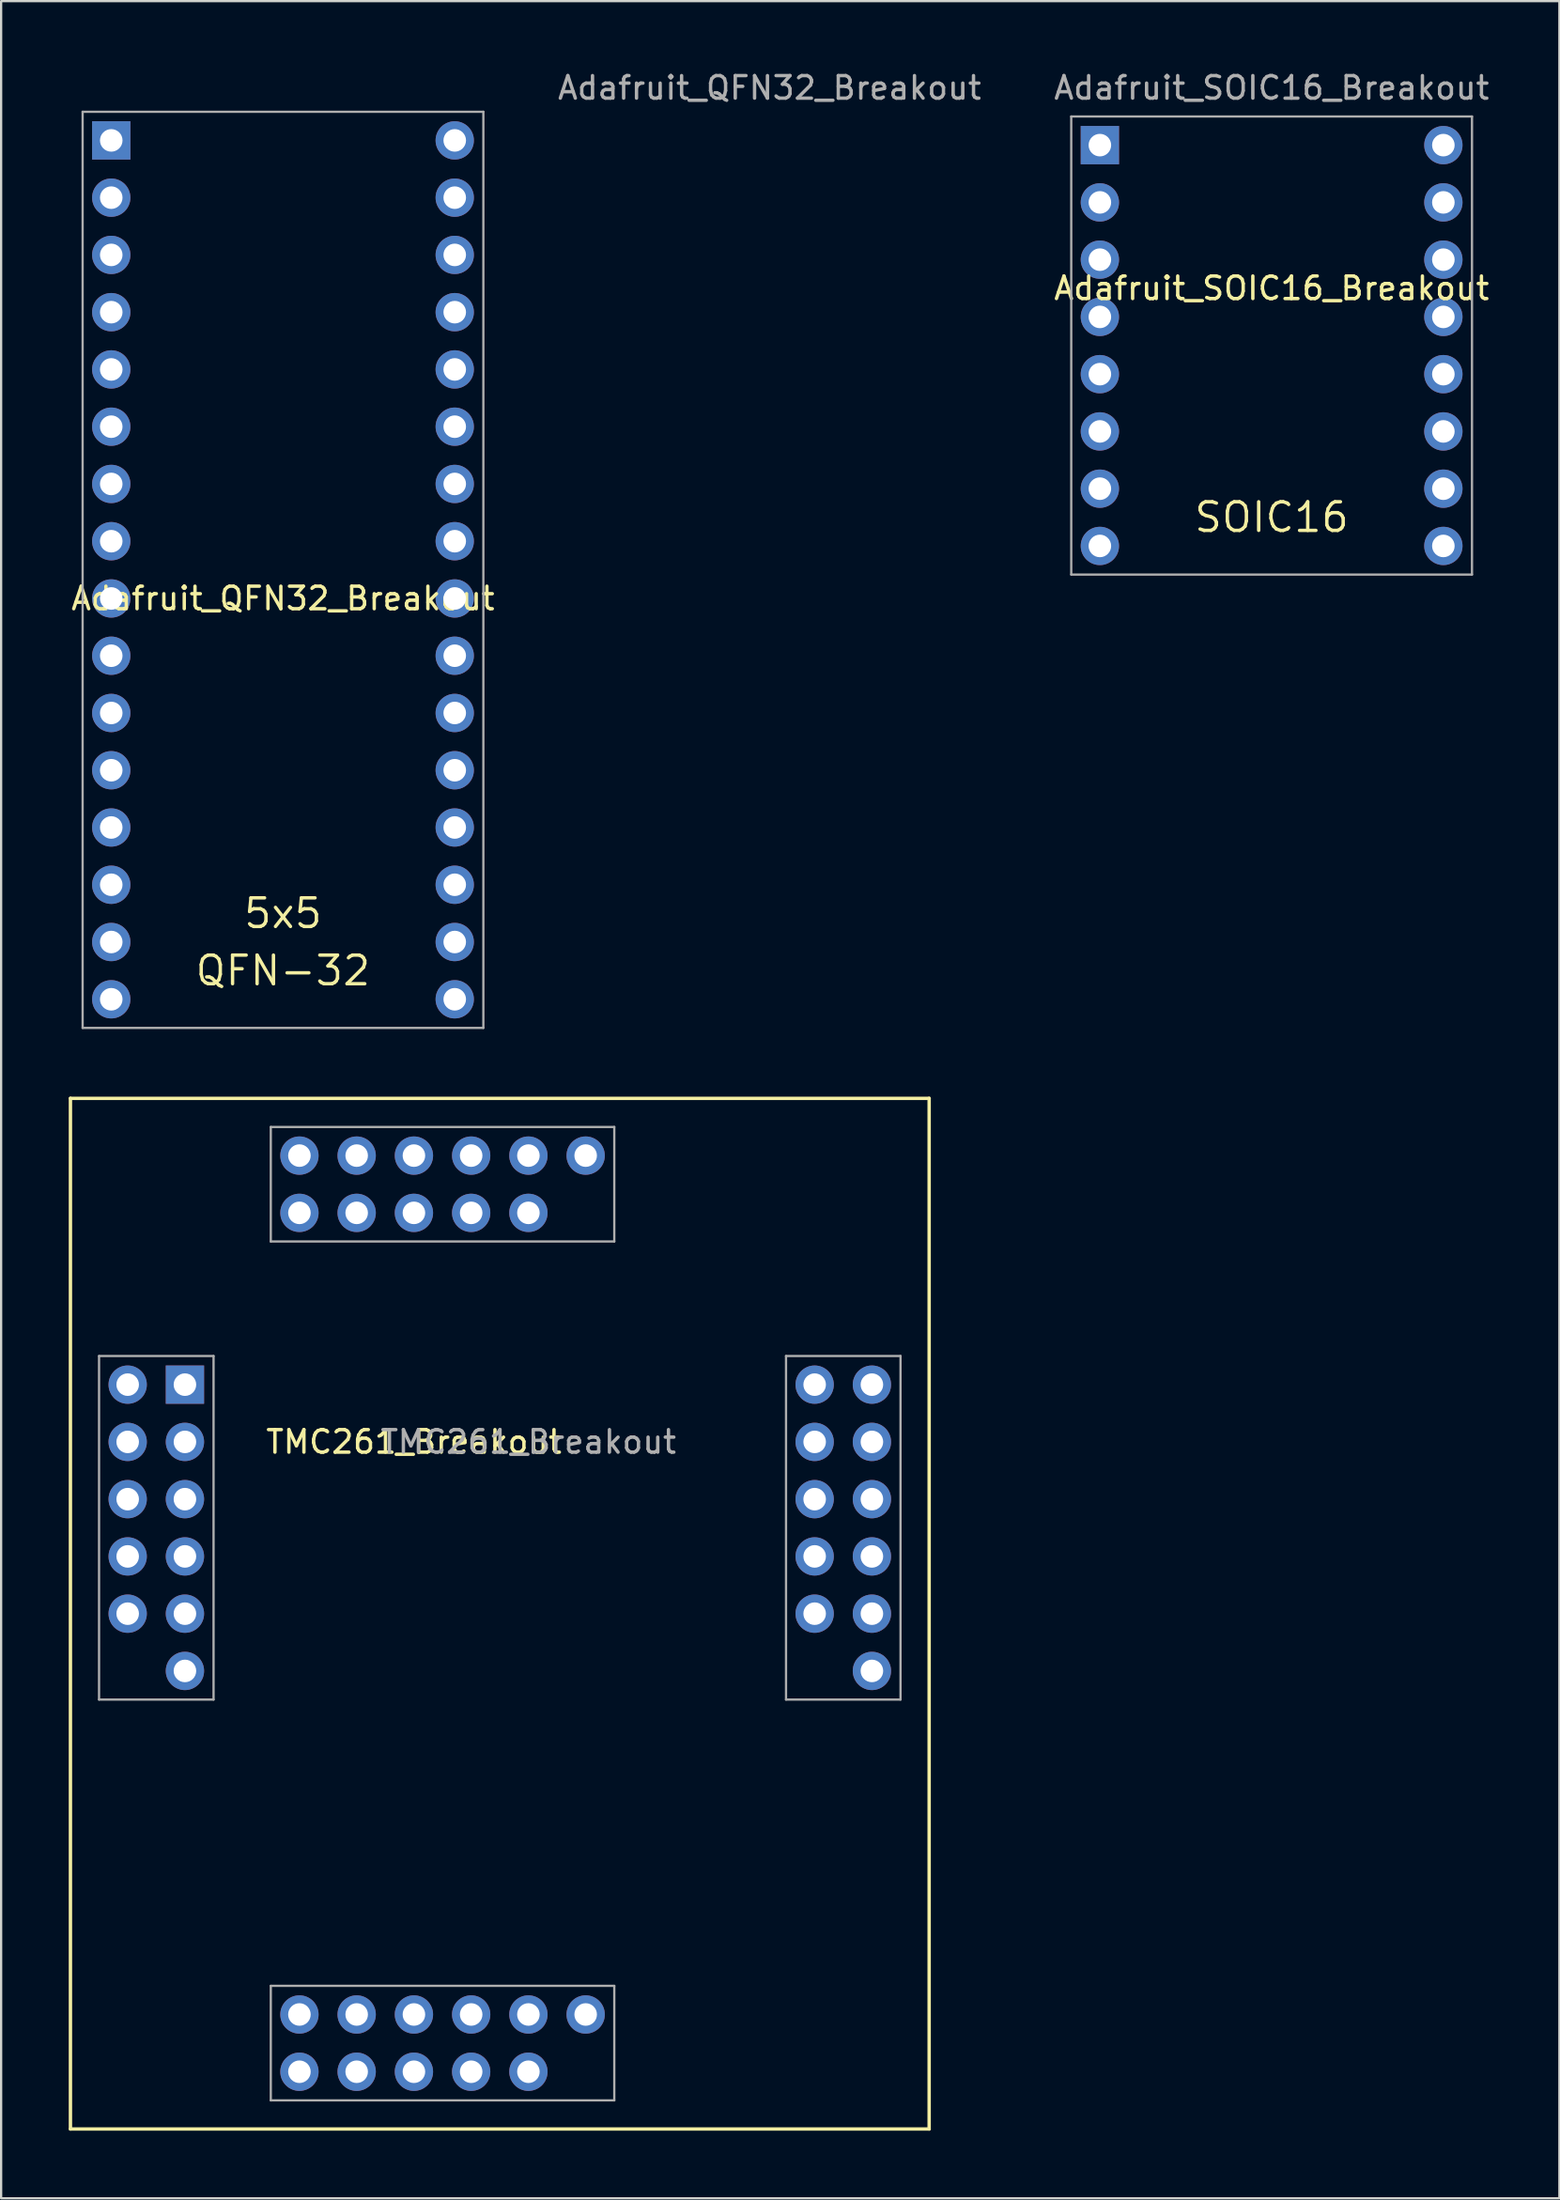
<source format=kicad_pcb>
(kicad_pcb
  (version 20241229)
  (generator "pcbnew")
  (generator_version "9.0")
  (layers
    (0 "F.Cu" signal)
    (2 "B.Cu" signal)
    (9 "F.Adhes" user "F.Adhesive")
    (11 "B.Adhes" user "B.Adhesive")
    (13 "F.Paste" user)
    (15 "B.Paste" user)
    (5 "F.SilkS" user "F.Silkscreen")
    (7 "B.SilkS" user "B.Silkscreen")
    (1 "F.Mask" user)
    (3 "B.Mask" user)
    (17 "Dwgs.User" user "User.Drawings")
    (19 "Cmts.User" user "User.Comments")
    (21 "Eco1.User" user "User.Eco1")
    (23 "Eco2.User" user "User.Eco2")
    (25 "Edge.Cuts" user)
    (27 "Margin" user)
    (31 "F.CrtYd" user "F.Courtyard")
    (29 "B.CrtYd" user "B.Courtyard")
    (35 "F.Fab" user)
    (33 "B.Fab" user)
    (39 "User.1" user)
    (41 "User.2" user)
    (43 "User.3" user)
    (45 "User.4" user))
  (footprint "Adafruit_QFN32_Breakout"
    (layer "F.Cu")
    (at 9.506 23.498)
    (property "Reference" "Adafruit_QFN32_Breakout" (at 0 0 0) (layer "F.SilkS") (effects (font (size 1 1) (thickness 0.15))))
    (attr through_hole)
    (fp_line (start -8.89 -21.59) (end 8.89 -21.59) (stroke (width 0.1) (type solid)) (layer "F.Fab"))
    (fp_line (start -8.89 19.05) (end -8.89 -21.59) (stroke (width 0.1) (type solid)) (layer "F.Fab"))
    (fp_line (start 8.89 -21.59) (end 8.89 19.05) (stroke (width 0.1) (type solid)) (layer "F.Fab"))
    (fp_line (start 8.89 19.05) (end -8.89 19.05) (stroke (width 0.1) (type solid)) (layer "F.Fab"))
    (fp_text user "QFN-32" (at 0 16.51 0) (layer "F.SilkS") (effects (font (size 1.27 1.27) (thickness 0.15))))
    (fp_text user "5x5" (at 0 13.97 0) (layer "F.SilkS") (effects (font (size 1.27 1.27) (thickness 0.15))))
    (fp_text user "${REFERENCE}" (at 21.59 -22.65 0) (layer "F.Fab") (effects (font (size 1 1) (thickness 0.15))))
    (pad "1" thru_hole rect (at -7.62 -20.32) (size 1.7 1.7) (drill 1) (layers "*.Cu" "*.Mask"))
    (pad "2" thru_hole oval (at -7.62 -17.78) (size 1.7 1.7) (drill 1) (layers "*.Cu" "*.Mask"))
    (pad "3" thru_hole oval (at -7.62 -15.24) (size 1.7 1.7) (drill 1) (layers "*.Cu" "*.Mask"))
    (pad "4" thru_hole oval (at -7.62 -12.7) (size 1.7 1.7) (drill 1) (layers "*.Cu" "*.Mask"))
    (pad "5" thru_hole oval (at -7.62 -10.16) (size 1.7 1.7) (drill 1) (layers "*.Cu" "*.Mask"))
    (pad "6" thru_hole oval (at -7.62 -7.62) (size 1.7 1.7) (drill 1) (layers "*.Cu" "*.Mask"))
    (pad "7" thru_hole oval (at -7.62 -5.08) (size 1.7 1.7) (drill 1) (layers "*.Cu" "*.Mask"))
    (pad "8" thru_hole oval (at -7.62 -2.54) (size 1.7 1.7) (drill 1) (layers "*.Cu" "*.Mask"))
    (pad "9" thru_hole oval (at -7.62 0) (size 1.7 1.7) (drill 1) (layers "*.Cu" "*.Mask"))
    (pad "10" thru_hole oval (at -7.62 2.54) (size 1.7 1.7) (drill 1) (layers "*.Cu" "*.Mask"))
    (pad "11" thru_hole oval (at -7.62 5.08) (size 1.7 1.7) (drill 1) (layers "*.Cu" "*.Mask"))
    (pad "12" thru_hole oval (at -7.62 7.62) (size 1.7 1.7) (drill 1) (layers "*.Cu" "*.Mask"))
    (pad "13" thru_hole oval (at -7.62 10.16) (size 1.7 1.7) (drill 1) (layers "*.Cu" "*.Mask"))
    (pad "14" thru_hole oval (at -7.62 12.7) (size 1.7 1.7) (drill 1) (layers "*.Cu" "*.Mask"))
    (pad "15" thru_hole oval (at -7.62 15.24) (size 1.7 1.7) (drill 1) (layers "*.Cu" "*.Mask"))
    (pad "16" thru_hole oval (at -7.62 17.78) (size 1.7 1.7) (drill 1) (layers "*.Cu" "*.Mask"))
    (pad "17" thru_hole oval (at 7.62 17.78) (size 1.7 1.7) (drill 1) (layers "*.Cu" "*.Mask"))
    (pad "18" thru_hole oval (at 7.62 15.24) (size 1.7 1.7) (drill 1) (layers "*.Cu" "*.Mask"))
    (pad "19" thru_hole oval (at 7.62 12.7) (size 1.7 1.7) (drill 1) (layers "*.Cu" "*.Mask"))
    (pad "20" thru_hole oval (at 7.62 10.16) (size 1.7 1.7) (drill 1) (layers "*.Cu" "*.Mask"))
    (pad "21" thru_hole oval (at 7.62 7.62) (size 1.7 1.7) (drill 1) (layers "*.Cu" "*.Mask"))
    (pad "22" thru_hole oval (at 7.62 5.08) (size 1.7 1.7) (drill 1) (layers "*.Cu" "*.Mask"))
    (pad "23" thru_hole oval (at 7.62 2.54) (size 1.7 1.7) (drill 1) (layers "*.Cu" "*.Mask"))
    (pad "24" thru_hole oval (at 7.62 0) (size 1.7 1.7) (drill 1) (layers "*.Cu" "*.Mask"))
    (pad "25" thru_hole oval (at 7.62 -2.54) (size 1.7 1.7) (drill 1) (layers "*.Cu" "*.Mask"))
    (pad "26" thru_hole oval (at 7.62 -5.08) (size 1.7 1.7) (drill 1) (layers "*.Cu" "*.Mask"))
    (pad "27" thru_hole oval (at 7.62 -7.62) (size 1.7 1.7) (drill 1) (layers "*.Cu" "*.Mask"))
    (pad "28" thru_hole oval (at 7.62 -10.16) (size 1.7 1.7) (drill 1) (layers "*.Cu" "*.Mask"))
    (pad "29" thru_hole oval (at 7.62 -12.7) (size 1.7 1.7) (drill 1) (layers "*.Cu" "*.Mask"))
    (pad "30" thru_hole oval (at 7.62 -15.24) (size 1.7 1.7) (drill 1) (layers "*.Cu" "*.Mask"))
    (pad "31" thru_hole oval (at 7.62 -17.78) (size 1.7 1.7) (drill 1) (layers "*.Cu" "*.Mask"))
    (pad "32" thru_hole oval (at 7.62 -20.32) (size 1.7 1.7) (drill 1) (layers "*.Cu" "*.Mask")))
  (footprint "Adafruit_SOIC16_Breakout"
    (layer "F.Cu")
    (at 53.37 23.708)
    (property "Reference" "Adafruit_SOIC16_Breakout" (at 0 -13.97 0) (layer "F.SilkS") (effects (font (size 1 1) (thickness 0.15))))
    (attr through_hole)
    (fp_line (start -8.89 -21.59) (end 8.89 -21.59) (stroke (width 0.1) (type solid)) (layer "F.Fab"))
    (fp_line (start -8.89 -1.27) (end -8.89 -21.59) (stroke (width 0.1) (type solid)) (layer "F.Fab"))
    (fp_line (start 8.89 -21.59) (end 8.89 -1.27) (stroke (width 0.1) (type solid)) (layer "F.Fab"))
    (fp_line (start 8.89 -1.27) (end -8.89 -1.27) (stroke (width 0.1) (type solid)) (layer "F.Fab"))
    (fp_text user "SOIC16" (at 0 -3.81 0) (layer "F.SilkS") (effects (font (size 1.27 1.27) (thickness 0.15))))
    (fp_text user "${REFERENCE}" (at 0 -22.86 0) (layer "F.Fab") (effects (font (size 1 1) (thickness 0.15))))
    (pad "1" thru_hole rect (at -7.62 -20.32) (size 1.7 1.7) (drill 1) (layers "*.Cu" "*.Mask"))
    (pad "2" thru_hole oval (at -7.62 -17.78) (size 1.7 1.7) (drill 1) (layers "*.Cu" "*.Mask"))
    (pad "3" thru_hole oval (at -7.62 -15.24) (size 1.7 1.7) (drill 1) (layers "*.Cu" "*.Mask"))
    (pad "4" thru_hole oval (at -7.62 -12.7) (size 1.7 1.7) (drill 1) (layers "*.Cu" "*.Mask"))
    (pad "5" thru_hole oval (at -7.62 -10.16) (size 1.7 1.7) (drill 1) (layers "*.Cu" "*.Mask"))
    (pad "6" thru_hole oval (at -7.62 -7.62) (size 1.7 1.7) (drill 1) (layers "*.Cu" "*.Mask"))
    (pad "7" thru_hole oval (at -7.62 -5.08) (size 1.7 1.7) (drill 1) (layers "*.Cu" "*.Mask"))
    (pad "8" thru_hole oval (at -7.62 -2.54) (size 1.7 1.7) (drill 1) (layers "*.Cu" "*.Mask"))
    (pad "9" thru_hole oval (at 7.62 -2.54 180) (size 1.7 1.7) (drill 1) (layers "*.Cu" "*.Mask"))
    (pad "10" thru_hole oval (at 7.62 -5.08 180) (size 1.7 1.7) (drill 1) (layers "*.Cu" "*.Mask"))
    (pad "11" thru_hole oval (at 7.62 -7.62 180) (size 1.7 1.7) (drill 1) (layers "*.Cu" "*.Mask"))
    (pad "12" thru_hole oval (at 7.62 -10.16 180) (size 1.7 1.7) (drill 1) (layers "*.Cu" "*.Mask"))
    (pad "13" thru_hole oval (at 7.62 -12.7 180) (size 1.7 1.7) (drill 1) (layers "*.Cu" "*.Mask"))
    (pad "14" thru_hole oval (at 7.62 -15.24 180) (size 1.7 1.7) (drill 1) (layers "*.Cu" "*.Mask"))
    (pad "15" thru_hole oval (at 7.62 -17.78 180) (size 1.7 1.7) (drill 1) (layers "*.Cu" "*.Mask"))
    (pad "16" thru_hole oval (at 7.62 -20.32 180) (size 1.7 1.7) (drill 1) (layers "*.Cu" "*.Mask")))
  (footprint "TMC261_Breakout"
    (layer "F.Cu")
    (at 5.155 58.373)
    (property "Reference" "TMC261_Breakout" (at 10.16 2.54 0) (layer "F.SilkS") (effects (font (size 1 1) (thickness 0.15))))
    (attr through_hole)
    (fp_line (start -5.08 -12.7) (end 33.02 -12.7) (stroke (width 0.15) (type solid)) (layer "F.SilkS"))
    (fp_line (start -5.08 33.02) (end -5.08 -12.7) (stroke (width 0.15) (type solid)) (layer "F.SilkS"))
    (fp_line (start 33.02 -12.7) (end 33.02 33.02) (stroke (width 0.15) (type solid)) (layer "F.SilkS"))
    (fp_line (start 33.02 33.02) (end -5.08 33.02) (stroke (width 0.15) (type solid)) (layer "F.SilkS"))
    (fp_line (start -3.81 -1.27) (end 1.27 -1.27) (stroke (width 0.1) (type solid)) (layer "F.Fab"))
    (fp_line (start -3.81 13.97) (end -3.81 -1.27) (stroke (width 0.1) (type solid)) (layer "F.Fab"))
    (fp_line (start -3.81 13.97) (end 1.27 13.97) (stroke (width 0.1) (type solid)) (layer "F.Fab"))
    (fp_line (start 1.27 -1.27) (end 1.27 13.97) (stroke (width 0.1) (type solid)) (layer "F.Fab"))
    (fp_line (start 3.81 -11.43) (end 3.81 -6.35) (stroke (width 0.1) (type solid)) (layer "F.Fab"))
    (fp_line (start 3.81 -6.35) (end 19.05 -6.35) (stroke (width 0.1) (type solid)) (layer "F.Fab"))
    (fp_line (start 3.81 26.67) (end 3.81 31.75) (stroke (width 0.1) (type solid)) (layer "F.Fab"))
    (fp_line (start 3.81 31.75) (end 19.05 31.75) (stroke (width 0.1) (type solid)) (layer "F.Fab"))
    (fp_line (start 19.05 -11.43) (end 3.81 -11.43) (stroke (width 0.1) (type solid)) (layer "F.Fab"))
    (fp_line (start 19.05 -11.43) (end 19.05 -6.35) (stroke (width 0.1) (type solid)) (layer "F.Fab"))
    (fp_line (start 19.05 26.67) (end 3.81 26.67) (stroke (width 0.1) (type solid)) (layer "F.Fab"))
    (fp_line (start 19.05 26.67) (end 19.05 31.75) (stroke (width 0.1) (type solid)) (layer "F.Fab"))
    (fp_line (start 26.67 -1.27) (end 26.67 13.97) (stroke (width 0.1) (type solid)) (layer "F.Fab"))
    (fp_line (start 31.75 -1.27) (end 26.67 -1.27) (stroke (width 0.1) (type solid)) (layer "F.Fab"))
    (fp_line (start 31.75 13.97) (end 26.67 13.97) (stroke (width 0.1) (type solid)) (layer "F.Fab"))
    (fp_line (start 31.75 13.97) (end 31.75 -1.27) (stroke (width 0.1) (type solid)) (layer "F.Fab"))
    (fp_text user "${REFERENCE}" (at 15.24 2.54 180) (layer "F.Fab") (effects (font (size 1 1) (thickness 0.15))))
    (pad "1" thru_hole rect (at 0 0) (size 1.7 1.7) (drill 1) (layers "*.Cu" "*.Mask"))
    (pad "2" thru_hole oval (at -2.54 0) (size 1.7 1.7) (drill 1) (layers "*.Cu" "*.Mask"))
    (pad "3" thru_hole oval (at 0 2.54) (size 1.7 1.7) (drill 1) (layers "*.Cu" "*.Mask"))
    (pad "4" thru_hole oval (at -2.54 2.54) (size 1.7 1.7) (drill 1) (layers "*.Cu" "*.Mask"))
    (pad "5" thru_hole oval (at 0 5.08) (size 1.7 1.7) (drill 1) (layers "*.Cu" "*.Mask"))
    (pad "6" thru_hole oval (at -2.54 5.08) (size 1.7 1.7) (drill 1) (layers "*.Cu" "*.Mask"))
    (pad "7" thru_hole oval (at 0 7.62) (size 1.7 1.7) (drill 1) (layers "*.Cu" "*.Mask"))
    (pad "8" thru_hole oval (at -2.54 7.62) (size 1.7 1.7) (drill 1) (layers "*.Cu" "*.Mask"))
    (pad "9" thru_hole oval (at 0 10.16) (size 1.7 1.7) (drill 1) (layers "*.Cu" "*.Mask"))
    (pad "10" thru_hole oval (at -2.54 10.16) (size 1.7 1.7) (drill 1) (layers "*.Cu" "*.Mask"))
    (pad "11" thru_hole oval (at 0 12.7) (size 1.7 1.7) (drill 1) (layers "*.Cu" "*.Mask"))
    (pad "17" thru_hole oval (at 5.08 27.94 90) (size 1.7 1.7) (drill 1) (layers "*.Cu" "*.Mask"))
    (pad "18" thru_hole oval (at 5.08 30.48 90) (size 1.7 1.7) (drill 1) (layers "*.Cu" "*.Mask"))
    (pad "19" thru_hole oval (at 7.62 27.94 90) (size 1.7 1.7) (drill 1) (layers "*.Cu" "*.Mask"))
    (pad "20" thru_hole oval (at 7.62 30.48 90) (size 1.7 1.7) (drill 1) (layers "*.Cu" "*.Mask"))
    (pad "21" thru_hole oval (at 10.16 27.94 90) (size 1.7 1.7) (drill 1) (layers "*.Cu" "*.Mask"))
    (pad "22" thru_hole oval (at 10.16 30.48 90) (size 1.7 1.7) (drill 1) (layers "*.Cu" "*.Mask"))
    (pad "23" thru_hole oval (at 12.7 27.94 90) (size 1.7 1.7) (drill 1) (layers "*.Cu" "*.Mask"))
    (pad "24" thru_hole oval (at 12.7 30.48 90) (size 1.7 1.7) (drill 1) (layers "*.Cu" "*.Mask"))
    (pad "25" thru_hole oval (at 15.24 27.94 90) (size 1.7 1.7) (drill 1) (layers "*.Cu" "*.Mask"))
    (pad "26" thru_hole oval (at 15.24 30.48 90) (size 1.7 1.7) (drill 1) (layers "*.Cu" "*.Mask"))
    (pad "27" thru_hole oval (at 17.78 27.94 90) (size 1.7 1.7) (drill 1) (layers "*.Cu" "*.Mask"))
    (pad "38" thru_hole oval (at 30.48 12.7) (size 1.7 1.7) (drill 1) (layers "*.Cu" "*.Mask"))
    (pad "39" thru_hole oval (at 27.94 10.16) (size 1.7 1.7) (drill 1) (layers "*.Cu" "*.Mask"))
    (pad "40" thru_hole oval (at 30.48 10.16) (size 1.7 1.7) (drill 1) (layers "*.Cu" "*.Mask"))
    (pad "41" thru_hole oval (at 27.94 7.62) (size 1.7 1.7) (drill 1) (layers "*.Cu" "*.Mask"))
    (pad "42" thru_hole oval (at 30.48 7.62) (size 1.7 1.7) (drill 1) (layers "*.Cu" "*.Mask"))
    (pad "43" thru_hole oval (at 27.94 5.08) (size 1.7 1.7) (drill 1) (layers "*.Cu" "*.Mask"))
    (pad "44" thru_hole oval (at 30.48 5.08) (size 1.7 1.7) (drill 1) (layers "*.Cu" "*.Mask"))
    (pad "45" thru_hole oval (at 27.94 2.54) (size 1.7 1.7) (drill 1) (layers "*.Cu" "*.Mask"))
    (pad "46" thru_hole oval (at 30.48 2.54) (size 1.7 1.7) (drill 1) (layers "*.Cu" "*.Mask"))
    (pad "47" thru_hole oval (at 27.94 0) (size 1.7 1.7) (drill 1) (layers "*.Cu" "*.Mask"))
    (pad "48" thru_hole oval (at 30.48 0) (size 1.7 1.7) (drill 1) (layers "*.Cu" "*.Mask"))
    (pad "54" thru_hole oval (at 17.78 -10.16 90) (size 1.7 1.7) (drill 1) (layers "*.Cu" "*.Mask"))
    (pad "55" thru_hole oval (at 15.24 -7.62 90) (size 1.7 1.7) (drill 1) (layers "*.Cu" "*.Mask"))
    (pad "56" thru_hole oval (at 15.24 -10.16 90) (size 1.7 1.7) (drill 1) (layers "*.Cu" "*.Mask"))
    (pad "57" thru_hole oval (at 12.7 -7.62 90) (size 1.7 1.7) (drill 1) (layers "*.Cu" "*.Mask"))
    (pad "58" thru_hole oval (at 12.7 -10.16 90) (size 1.7 1.7) (drill 1) (layers "*.Cu" "*.Mask"))
    (pad "59" thru_hole oval (at 10.16 -7.62 90) (size 1.7 1.7) (drill 1) (layers "*.Cu" "*.Mask"))
    (pad "60" thru_hole oval (at 10.16 -10.16 90) (size 1.7 1.7) (drill 1) (layers "*.Cu" "*.Mask"))
    (pad "61" thru_hole oval (at 7.62 -7.62 90) (size 1.7 1.7) (drill 1) (layers "*.Cu" "*.Mask"))
    (pad "62" thru_hole oval (at 7.62 -10.16 90) (size 1.7 1.7) (drill 1) (layers "*.Cu" "*.Mask"))
    (pad "63" thru_hole oval (at 5.08 -7.62 90) (size 1.7 1.7) (drill 1) (layers "*.Cu" "*.Mask"))
    (pad "64" thru_hole oval (at 5.08 -10.16 90) (size 1.7 1.7) (drill 1) (layers "*.Cu" "*.Mask")))
  (gr_rect
    (start -3 -3)
    (end 66.138 94.468)
    (stroke (width 0.1) (type default))
    (fill no)
    (layer "Edge.Cuts")))
</source>
